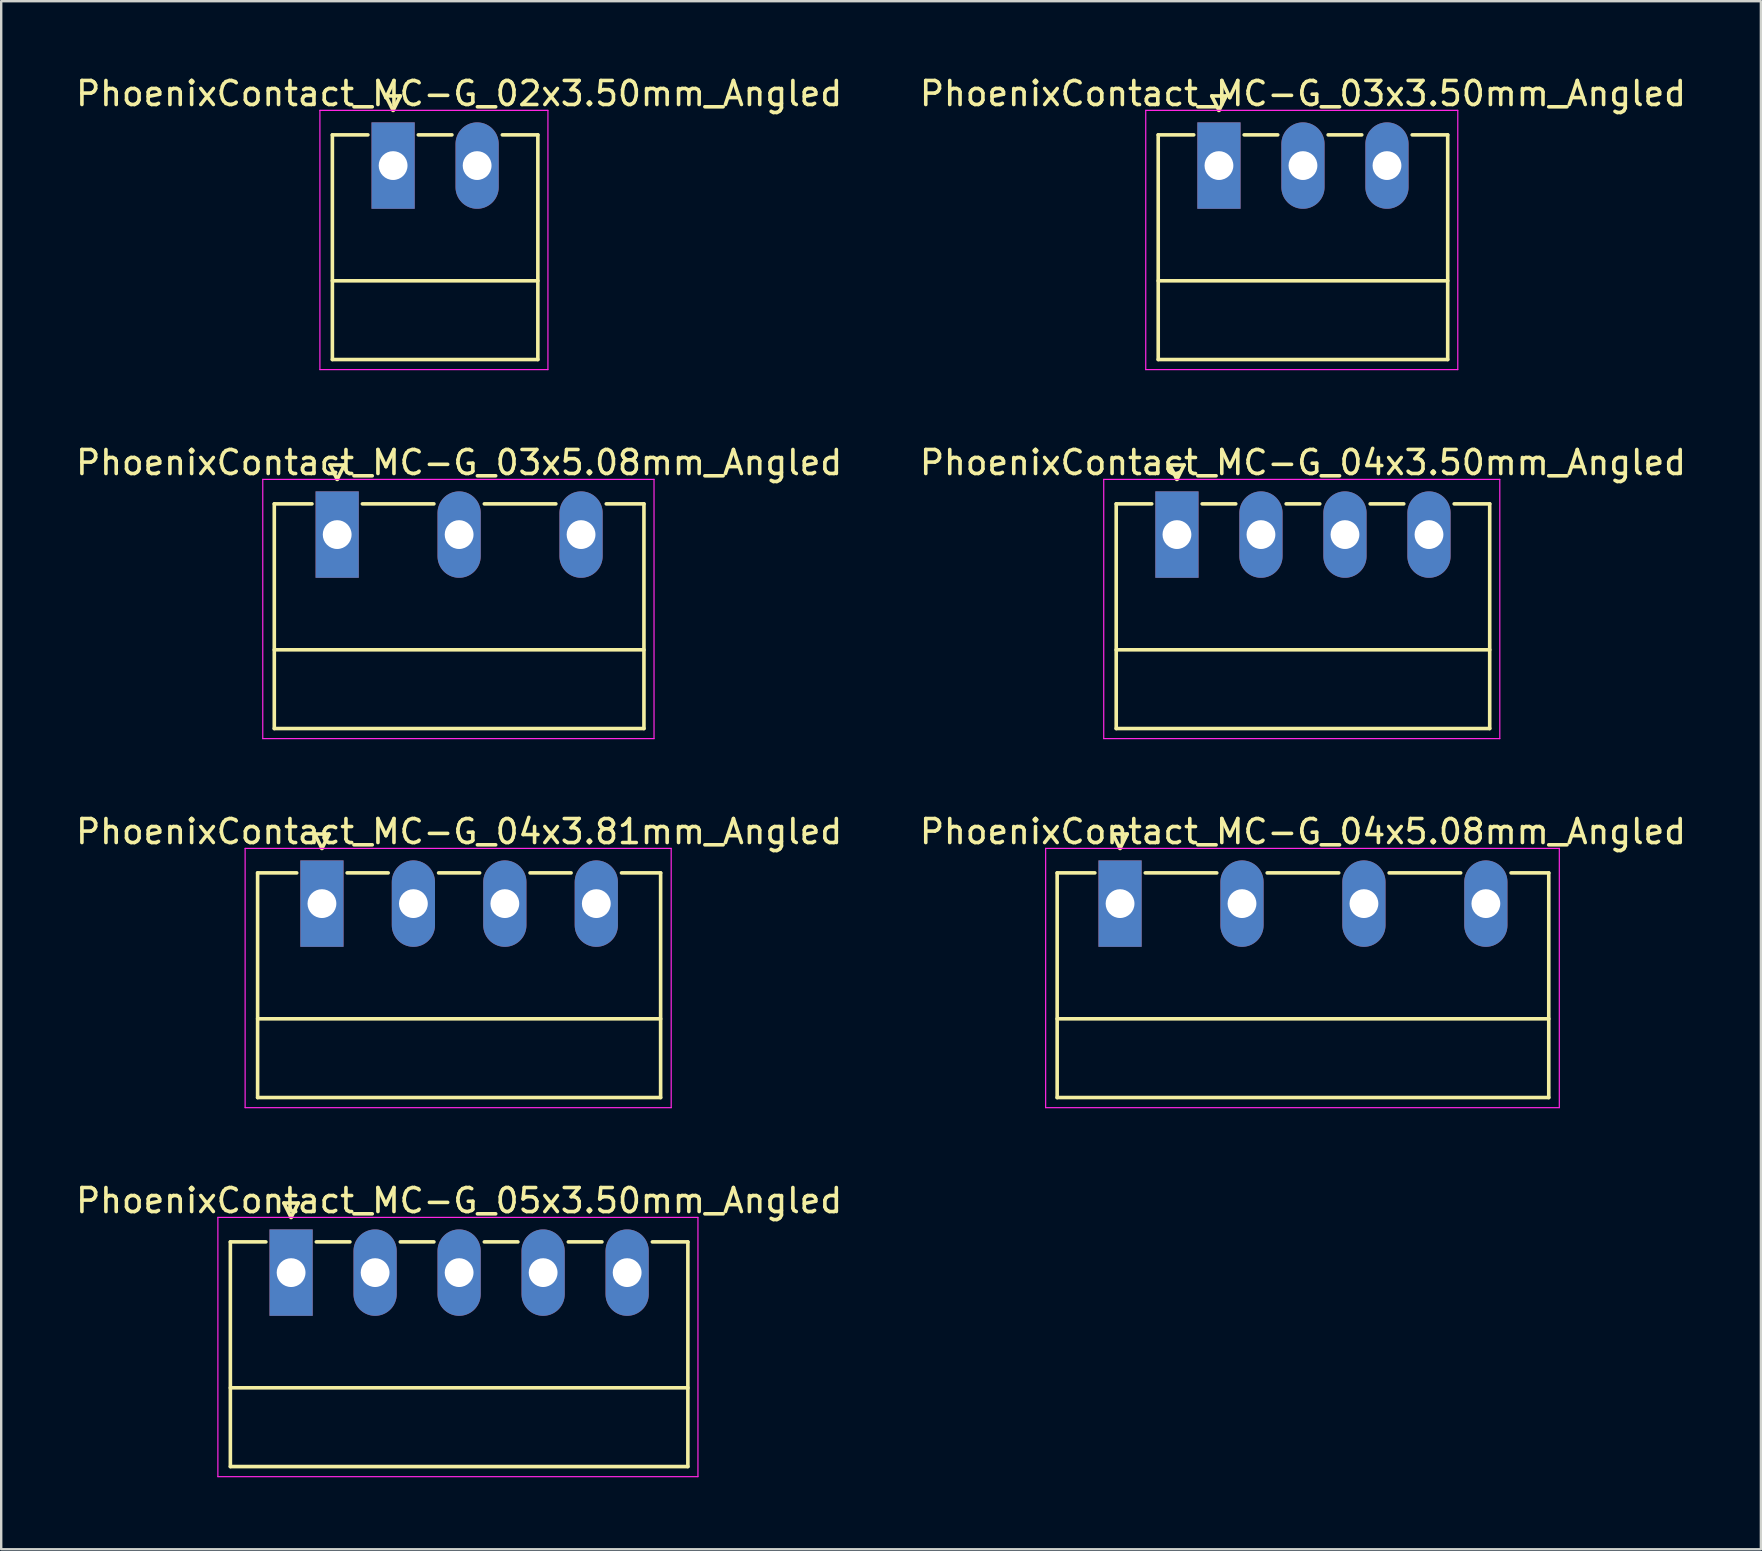
<source format=kicad_pcb>
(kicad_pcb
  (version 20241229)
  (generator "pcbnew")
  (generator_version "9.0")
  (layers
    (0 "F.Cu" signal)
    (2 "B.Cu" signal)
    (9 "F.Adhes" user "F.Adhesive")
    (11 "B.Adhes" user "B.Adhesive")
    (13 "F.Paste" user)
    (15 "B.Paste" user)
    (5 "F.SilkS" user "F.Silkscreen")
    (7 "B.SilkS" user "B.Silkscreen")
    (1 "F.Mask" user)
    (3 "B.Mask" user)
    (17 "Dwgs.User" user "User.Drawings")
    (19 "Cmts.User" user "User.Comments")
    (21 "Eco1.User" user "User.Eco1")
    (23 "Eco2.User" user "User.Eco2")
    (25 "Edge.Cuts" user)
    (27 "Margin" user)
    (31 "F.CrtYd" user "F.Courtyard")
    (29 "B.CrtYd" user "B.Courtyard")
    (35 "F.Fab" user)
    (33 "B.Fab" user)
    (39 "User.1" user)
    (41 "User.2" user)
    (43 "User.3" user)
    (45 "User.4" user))
  (footprint "PhoenixContact_MC-G_03x3.50mm_Angled"
    (layer "F.Cu")
    (at 47.732 3.848)
    (property "Reference" "PhoenixContact_MC-G_03x3.50mm_Angled" (at 3.5 -3 0) (layer "F.SilkS") (effects (font (size 1 1) (thickness 0.15))))
    (attr through_hole)
    (fp_line (start -2.53 -1.28) (end -2.53 8.08) (stroke (width 0.15) (type solid)) (layer "F.SilkS"))
    (fp_line (start -2.53 -1.28) (end -1.05 -1.28) (stroke (width 0.15) (type solid)) (layer "F.SilkS"))
    (fp_line (start -2.53 4.8) (end 9.53 4.8) (stroke (width 0.15) (type solid)) (layer "F.SilkS"))
    (fp_line (start -2.53 8.08) (end 9.53 8.08) (stroke (width 0.15) (type solid)) (layer "F.SilkS"))
    (fp_line (start -0.3 -2.9) (end 0 -2.3) (stroke (width 0.15) (type solid)) (layer "F.SilkS"))
    (fp_line (start 0 -2.3) (end 0.3 -2.9) (stroke (width 0.15) (type solid)) (layer "F.SilkS"))
    (fp_line (start 0.3 -2.9) (end -0.3 -2.9) (stroke (width 0.15) (type solid)) (layer "F.SilkS"))
    (fp_line (start 1.05 -1.28) (end 2.45 -1.28) (stroke (width 0.15) (type solid)) (layer "F.SilkS"))
    (fp_line (start 4.55 -1.28) (end 5.95 -1.28) (stroke (width 0.15) (type solid)) (layer "F.SilkS"))
    (fp_line (start 9.53 -1.28) (end 8.05 -1.28) (stroke (width 0.15) (type solid)) (layer "F.SilkS"))
    (fp_line (start 9.53 8.08) (end 9.53 -1.28) (stroke (width 0.15) (type solid)) (layer "F.SilkS"))
    (fp_line (start -3.05 -2.3) (end -3.05 8.5) (stroke (width 0.05) (type solid)) (layer "F.CrtYd"))
    (fp_line (start -3.05 8.5) (end 9.95 8.5) (stroke (width 0.05) (type solid)) (layer "F.CrtYd"))
    (fp_line (start 9.95 -2.3) (end -3.05 -2.3) (stroke (width 0.05) (type solid)) (layer "F.CrtYd"))
    (fp_line (start 9.95 8.5) (end 9.95 -2.3) (stroke (width 0.05) (type solid)) (layer "F.CrtYd"))
    (pad "1" thru_hole rect (at 0 0) (size 1.8 3.6) (drill 1.2) (layers "*.Cu" "*.Mask"))
    (pad "2" thru_hole oval (at 3.5 0) (size 1.8 3.6) (drill 1.2) (layers "*.Cu" "*.Mask"))
    (pad "3" thru_hole oval (at 7 0) (size 1.8 3.6) (drill 1.2) (layers "*.Cu" "*.Mask")))
  (footprint "PhoenixContact_MC-G_05x3.50mm_Angled"
    (layer "F.Cu")
    (at 9.077 49.968)
    (property "Reference" "PhoenixContact_MC-G_05x3.50mm_Angled" (at 7 -3 0) (layer "F.SilkS") (effects (font (size 1 1) (thickness 0.15))))
    (attr through_hole)
    (fp_line (start -2.53 -1.28) (end -2.53 8.08) (stroke (width 0.15) (type solid)) (layer "F.SilkS"))
    (fp_line (start -2.53 -1.28) (end -1.05 -1.28) (stroke (width 0.15) (type solid)) (layer "F.SilkS"))
    (fp_line (start -2.53 4.8) (end 16.53 4.8) (stroke (width 0.15) (type solid)) (layer "F.SilkS"))
    (fp_line (start -2.53 8.08) (end 16.53 8.08) (stroke (width 0.15) (type solid)) (layer "F.SilkS"))
    (fp_line (start -0.3 -2.9) (end 0 -2.3) (stroke (width 0.15) (type solid)) (layer "F.SilkS"))
    (fp_line (start 0 -2.3) (end 0.3 -2.9) (stroke (width 0.15) (type solid)) (layer "F.SilkS"))
    (fp_line (start 0.3 -2.9) (end -0.3 -2.9) (stroke (width 0.15) (type solid)) (layer "F.SilkS"))
    (fp_line (start 1.05 -1.28) (end 2.45 -1.28) (stroke (width 0.15) (type solid)) (layer "F.SilkS"))
    (fp_line (start 4.55 -1.28) (end 5.95 -1.28) (stroke (width 0.15) (type solid)) (layer "F.SilkS"))
    (fp_line (start 8.05 -1.28) (end 9.45 -1.28) (stroke (width 0.15) (type solid)) (layer "F.SilkS"))
    (fp_line (start 11.55 -1.28) (end 12.95 -1.28) (stroke (width 0.15) (type solid)) (layer "F.SilkS"))
    (fp_line (start 16.53 -1.28) (end 15.05 -1.28) (stroke (width 0.15) (type solid)) (layer "F.SilkS"))
    (fp_line (start 16.53 8.08) (end 16.53 -1.28) (stroke (width 0.15) (type solid)) (layer "F.SilkS"))
    (fp_line (start -3.05 -2.3) (end -3.05 8.5) (stroke (width 0.05) (type solid)) (layer "F.CrtYd"))
    (fp_line (start -3.05 8.5) (end 16.95 8.5) (stroke (width 0.05) (type solid)) (layer "F.CrtYd"))
    (fp_line (start 16.95 -2.3) (end -3.05 -2.3) (stroke (width 0.05) (type solid)) (layer "F.CrtYd"))
    (fp_line (start 16.95 8.5) (end 16.95 -2.3) (stroke (width 0.05) (type solid)) (layer "F.CrtYd"))
    (pad "1" thru_hole rect (at 0 0) (size 1.8 3.6) (drill 1.2) (layers "*.Cu" "*.Mask"))
    (pad "2" thru_hole oval (at 3.5 0) (size 1.8 3.6) (drill 1.2) (layers "*.Cu" "*.Mask"))
    (pad "3" thru_hole oval (at 7 0) (size 1.8 3.6) (drill 1.2) (layers "*.Cu" "*.Mask"))
    (pad "4" thru_hole oval (at 10.5 0) (size 1.8 3.6) (drill 1.2) (layers "*.Cu" "*.Mask"))
    (pad "5" thru_hole oval (at 14 0) (size 1.8 3.6) (drill 1.2) (layers "*.Cu" "*.Mask")))
  (footprint "PhoenixContact_MC-G_04x3.50mm_Angled"
    (layer "F.Cu")
    (at 45.982 19.221)
    (property "Reference" "PhoenixContact_MC-G_04x3.50mm_Angled" (at 5.25 -3 0) (layer "F.SilkS") (effects (font (size 1 1) (thickness 0.15))))
    (attr through_hole)
    (fp_line (start -2.53 -1.28) (end -2.53 8.08) (stroke (width 0.15) (type solid)) (layer "F.SilkS"))
    (fp_line (start -2.53 -1.28) (end -1.05 -1.28) (stroke (width 0.15) (type solid)) (layer "F.SilkS"))
    (fp_line (start -2.53 4.8) (end 13.03 4.8) (stroke (width 0.15) (type solid)) (layer "F.SilkS"))
    (fp_line (start -2.53 8.08) (end 13.03 8.08) (stroke (width 0.15) (type solid)) (layer "F.SilkS"))
    (fp_line (start -0.3 -2.9) (end 0 -2.3) (stroke (width 0.15) (type solid)) (layer "F.SilkS"))
    (fp_line (start 0 -2.3) (end 0.3 -2.9) (stroke (width 0.15) (type solid)) (layer "F.SilkS"))
    (fp_line (start 0.3 -2.9) (end -0.3 -2.9) (stroke (width 0.15) (type solid)) (layer "F.SilkS"))
    (fp_line (start 1.05 -1.28) (end 2.45 -1.28) (stroke (width 0.15) (type solid)) (layer "F.SilkS"))
    (fp_line (start 4.55 -1.28) (end 5.95 -1.28) (stroke (width 0.15) (type solid)) (layer "F.SilkS"))
    (fp_line (start 8.05 -1.28) (end 9.45 -1.28) (stroke (width 0.15) (type solid)) (layer "F.SilkS"))
    (fp_line (start 13.03 -1.28) (end 11.55 -1.28) (stroke (width 0.15) (type solid)) (layer "F.SilkS"))
    (fp_line (start 13.03 8.08) (end 13.03 -1.28) (stroke (width 0.15) (type solid)) (layer "F.SilkS"))
    (fp_line (start -3.05 -2.3) (end -3.05 8.5) (stroke (width 0.05) (type solid)) (layer "F.CrtYd"))
    (fp_line (start -3.05 8.5) (end 13.45 8.5) (stroke (width 0.05) (type solid)) (layer "F.CrtYd"))
    (fp_line (start 13.45 -2.3) (end -3.05 -2.3) (stroke (width 0.05) (type solid)) (layer "F.CrtYd"))
    (fp_line (start 13.45 8.5) (end 13.45 -2.3) (stroke (width 0.05) (type solid)) (layer "F.CrtYd"))
    (pad "1" thru_hole rect (at 0 0) (size 1.8 3.6) (drill 1.2) (layers "*.Cu" "*.Mask"))
    (pad "2" thru_hole oval (at 3.5 0) (size 1.8 3.6) (drill 1.2) (layers "*.Cu" "*.Mask"))
    (pad "3" thru_hole oval (at 7 0) (size 1.8 3.6) (drill 1.2) (layers "*.Cu" "*.Mask"))
    (pad "4" thru_hole oval (at 10.5 0) (size 1.8 3.6) (drill 1.2) (layers "*.Cu" "*.Mask")))
  (footprint "PhoenixContact_MC-G_02x3.50mm_Angled"
    (layer "F.Cu")
    (at 13.327 3.848)
    (property "Reference" "PhoenixContact_MC-G_02x3.50mm_Angled" (at 2.75 -3 0) (layer "F.SilkS") (effects (font (size 1 1) (thickness 0.15))))
    (attr through_hole)
    (fp_line (start -2.53 -1.28) (end -2.53 8.08) (stroke (width 0.15) (type solid)) (layer "F.SilkS"))
    (fp_line (start -2.53 -1.28) (end -1.05 -1.28) (stroke (width 0.15) (type solid)) (layer "F.SilkS"))
    (fp_line (start -2.53 4.8) (end 6.03 4.8) (stroke (width 0.15) (type solid)) (layer "F.SilkS"))
    (fp_line (start -2.53 8.08) (end 6.03 8.08) (stroke (width 0.15) (type solid)) (layer "F.SilkS"))
    (fp_line (start -0.3 -2.9) (end 0 -2.3) (stroke (width 0.15) (type solid)) (layer "F.SilkS"))
    (fp_line (start 0 -2.3) (end 0.3 -2.9) (stroke (width 0.15) (type solid)) (layer "F.SilkS"))
    (fp_line (start 0.3 -2.9) (end -0.3 -2.9) (stroke (width 0.15) (type solid)) (layer "F.SilkS"))
    (fp_line (start 1.05 -1.28) (end 2.45 -1.28) (stroke (width 0.15) (type solid)) (layer "F.SilkS"))
    (fp_line (start 6.03 -1.28) (end 4.55 -1.28) (stroke (width 0.15) (type solid)) (layer "F.SilkS"))
    (fp_line (start 6.03 8.08) (end 6.03 -1.28) (stroke (width 0.15) (type solid)) (layer "F.SilkS"))
    (fp_line (start -3.05 -2.3) (end -3.05 8.5) (stroke (width 0.05) (type solid)) (layer "F.CrtYd"))
    (fp_line (start -3.05 8.5) (end 6.45 8.5) (stroke (width 0.05) (type solid)) (layer "F.CrtYd"))
    (fp_line (start 6.45 -2.3) (end -3.05 -2.3) (stroke (width 0.05) (type solid)) (layer "F.CrtYd"))
    (fp_line (start 6.45 8.5) (end 6.45 -2.3) (stroke (width 0.05) (type solid)) (layer "F.CrtYd"))
    (pad "1" thru_hole rect (at 0 0) (size 1.8 3.6) (drill 1.2) (layers "*.Cu" "*.Mask"))
    (pad "2" thru_hole oval (at 3.5 0) (size 1.8 3.6) (drill 1.2) (layers "*.Cu" "*.Mask")))
  (footprint "PhoenixContact_MC-G_04x5.08mm_Angled"
    (layer "F.Cu")
    (at 43.612 34.595)
    (property "Reference" "PhoenixContact_MC-G_04x5.08mm_Angled" (at 7.62 -3 0) (layer "F.SilkS") (effects (font (size 1 1) (thickness 0.15))))
    (attr through_hole)
    (fp_line (start -2.62 -1.28) (end -2.62 8.08) (stroke (width 0.15) (type solid)) (layer "F.SilkS"))
    (fp_line (start -2.62 -1.28) (end -1.05 -1.28) (stroke (width 0.15) (type solid)) (layer "F.SilkS"))
    (fp_line (start -2.62 4.8) (end 17.86 4.8) (stroke (width 0.15) (type solid)) (layer "F.SilkS"))
    (fp_line (start -2.62 8.08) (end 17.86 8.08) (stroke (width 0.15) (type solid)) (layer "F.SilkS"))
    (fp_line (start -0.3 -2.9) (end 0 -2.3) (stroke (width 0.15) (type solid)) (layer "F.SilkS"))
    (fp_line (start 0 -2.3) (end 0.3 -2.9) (stroke (width 0.15) (type solid)) (layer "F.SilkS"))
    (fp_line (start 0.3 -2.9) (end -0.3 -2.9) (stroke (width 0.15) (type solid)) (layer "F.SilkS"))
    (fp_line (start 1.05 -1.28) (end 4.03 -1.28) (stroke (width 0.15) (type solid)) (layer "F.SilkS"))
    (fp_line (start 6.13 -1.28) (end 9.11 -1.28) (stroke (width 0.15) (type solid)) (layer "F.SilkS"))
    (fp_line (start 11.21 -1.28) (end 14.19 -1.28) (stroke (width 0.15) (type solid)) (layer "F.SilkS"))
    (fp_line (start 17.86 -1.28) (end 16.29 -1.28) (stroke (width 0.15) (type solid)) (layer "F.SilkS"))
    (fp_line (start 17.86 8.08) (end 17.86 -1.28) (stroke (width 0.15) (type solid)) (layer "F.SilkS"))
    (fp_line (start -3.1 -2.3) (end -3.1 8.5) (stroke (width 0.05) (type solid)) (layer "F.CrtYd"))
    (fp_line (start -3.1 8.5) (end 18.3 8.5) (stroke (width 0.05) (type solid)) (layer "F.CrtYd"))
    (fp_line (start 18.3 -2.3) (end -3.1 -2.3) (stroke (width 0.05) (type solid)) (layer "F.CrtYd"))
    (fp_line (start 18.3 8.5) (end 18.3 -2.3) (stroke (width 0.05) (type solid)) (layer "F.CrtYd"))
    (pad "1" thru_hole rect (at 0 0) (size 1.8 3.6) (drill 1.2) (layers "*.Cu" "*.Mask"))
    (pad "2" thru_hole oval (at 5.08 0) (size 1.8 3.6) (drill 1.2) (layers "*.Cu" "*.Mask"))
    (pad "3" thru_hole oval (at 10.16 0) (size 1.8 3.6) (drill 1.2) (layers "*.Cu" "*.Mask"))
    (pad "4" thru_hole oval (at 15.24 0) (size 1.8 3.6) (drill 1.2) (layers "*.Cu" "*.Mask")))
  (footprint "PhoenixContact_MC-G_04x3.81mm_Angled"
    (layer "F.Cu")
    (at 10.362 34.595)
    (property "Reference" "PhoenixContact_MC-G_04x3.81mm_Angled" (at 5.715 -3 0) (layer "F.SilkS") (effects (font (size 1 1) (thickness 0.15))))
    (attr through_hole)
    (fp_line (start -2.68 -1.28) (end -2.68 8.08) (stroke (width 0.15) (type solid)) (layer "F.SilkS"))
    (fp_line (start -2.68 -1.28) (end -1.05 -1.28) (stroke (width 0.15) (type solid)) (layer "F.SilkS"))
    (fp_line (start -2.68 4.8) (end 14.11 4.8) (stroke (width 0.15) (type solid)) (layer "F.SilkS"))
    (fp_line (start -2.68 8.08) (end 14.11 8.08) (stroke (width 0.15) (type solid)) (layer "F.SilkS"))
    (fp_line (start -0.3 -2.9) (end 0 -2.3) (stroke (width 0.15) (type solid)) (layer "F.SilkS"))
    (fp_line (start 0 -2.3) (end 0.3 -2.9) (stroke (width 0.15) (type solid)) (layer "F.SilkS"))
    (fp_line (start 0.3 -2.9) (end -0.3 -2.9) (stroke (width 0.15) (type solid)) (layer "F.SilkS"))
    (fp_line (start 1.05 -1.28) (end 2.76 -1.28) (stroke (width 0.15) (type solid)) (layer "F.SilkS"))
    (fp_line (start 4.86 -1.28) (end 6.57 -1.28) (stroke (width 0.15) (type solid)) (layer "F.SilkS"))
    (fp_line (start 8.67 -1.28) (end 10.38 -1.28) (stroke (width 0.15) (type solid)) (layer "F.SilkS"))
    (fp_line (start 14.11 -1.28) (end 12.48 -1.28) (stroke (width 0.15) (type solid)) (layer "F.SilkS"))
    (fp_line (start 14.11 8.08) (end 14.11 -1.28) (stroke (width 0.15) (type solid)) (layer "F.SilkS"))
    (fp_line (start -3.2 -2.3) (end -3.2 8.5) (stroke (width 0.05) (type solid)) (layer "F.CrtYd"))
    (fp_line (start -3.2 8.5) (end 14.55 8.5) (stroke (width 0.05) (type solid)) (layer "F.CrtYd"))
    (fp_line (start 14.55 -2.3) (end -3.2 -2.3) (stroke (width 0.05) (type solid)) (layer "F.CrtYd"))
    (fp_line (start 14.55 8.5) (end 14.55 -2.3) (stroke (width 0.05) (type solid)) (layer "F.CrtYd"))
    (pad "1" thru_hole rect (at 0 0) (size 1.8 3.6) (drill 1.2) (layers "*.Cu" "*.Mask"))
    (pad "2" thru_hole oval (at 3.81 0) (size 1.8 3.6) (drill 1.2) (layers "*.Cu" "*.Mask"))
    (pad "3" thru_hole oval (at 7.62 0) (size 1.8 3.6) (drill 1.2) (layers "*.Cu" "*.Mask"))
    (pad "4" thru_hole oval (at 11.43 0) (size 1.8 3.6) (drill 1.2) (layers "*.Cu" "*.Mask")))
  (footprint "PhoenixContact_MC-G_03x5.08mm_Angled"
    (layer "F.Cu")
    (at 10.997 19.221)
    (property "Reference" "PhoenixContact_MC-G_03x5.08mm_Angled" (at 5.08 -3 0) (layer "F.SilkS") (effects (font (size 1 1) (thickness 0.15))))
    (attr through_hole)
    (fp_line (start -2.62 -1.28) (end -2.62 8.08) (stroke (width 0.15) (type solid)) (layer "F.SilkS"))
    (fp_line (start -2.62 -1.28) (end -1.05 -1.28) (stroke (width 0.15) (type solid)) (layer "F.SilkS"))
    (fp_line (start -2.62 4.8) (end 12.78 4.8) (stroke (width 0.15) (type solid)) (layer "F.SilkS"))
    (fp_line (start -2.62 8.08) (end 12.78 8.08) (stroke (width 0.15) (type solid)) (layer "F.SilkS"))
    (fp_line (start -0.3 -2.9) (end 0 -2.3) (stroke (width 0.15) (type solid)) (layer "F.SilkS"))
    (fp_line (start 0 -2.3) (end 0.3 -2.9) (stroke (width 0.15) (type solid)) (layer "F.SilkS"))
    (fp_line (start 0.3 -2.9) (end -0.3 -2.9) (stroke (width 0.15) (type solid)) (layer "F.SilkS"))
    (fp_line (start 1.05 -1.28) (end 4.03 -1.28) (stroke (width 0.15) (type solid)) (layer "F.SilkS"))
    (fp_line (start 6.13 -1.28) (end 9.11 -1.28) (stroke (width 0.15) (type solid)) (layer "F.SilkS"))
    (fp_line (start 12.78 -1.28) (end 11.21 -1.28) (stroke (width 0.15) (type solid)) (layer "F.SilkS"))
    (fp_line (start 12.78 8.08) (end 12.78 -1.28) (stroke (width 0.15) (type solid)) (layer "F.SilkS"))
    (fp_line (start -3.1 -2.3) (end -3.1 8.5) (stroke (width 0.05) (type solid)) (layer "F.CrtYd"))
    (fp_line (start -3.1 8.5) (end 13.2 8.5) (stroke (width 0.05) (type solid)) (layer "F.CrtYd"))
    (fp_line (start 13.2 -2.3) (end -3.1 -2.3) (stroke (width 0.05) (type solid)) (layer "F.CrtYd"))
    (fp_line (start 13.2 8.5) (end 13.2 -2.3) (stroke (width 0.05) (type solid)) (layer "F.CrtYd"))
    (pad "1" thru_hole rect (at 0 0) (size 1.8 3.6) (drill 1.2) (layers "*.Cu" "*.Mask"))
    (pad "2" thru_hole oval (at 5.08 0) (size 1.8 3.6) (drill 1.2) (layers "*.Cu" "*.Mask"))
    (pad "3" thru_hole oval (at 10.16 0) (size 1.8 3.6) (drill 1.2) (layers "*.Cu" "*.Mask")))
  (gr_rect
    (start -3 -3)
    (end 70.31 61.493)
    (stroke (width 0.1) (type default))
    (fill no)
    (layer "Edge.Cuts")))
</source>
